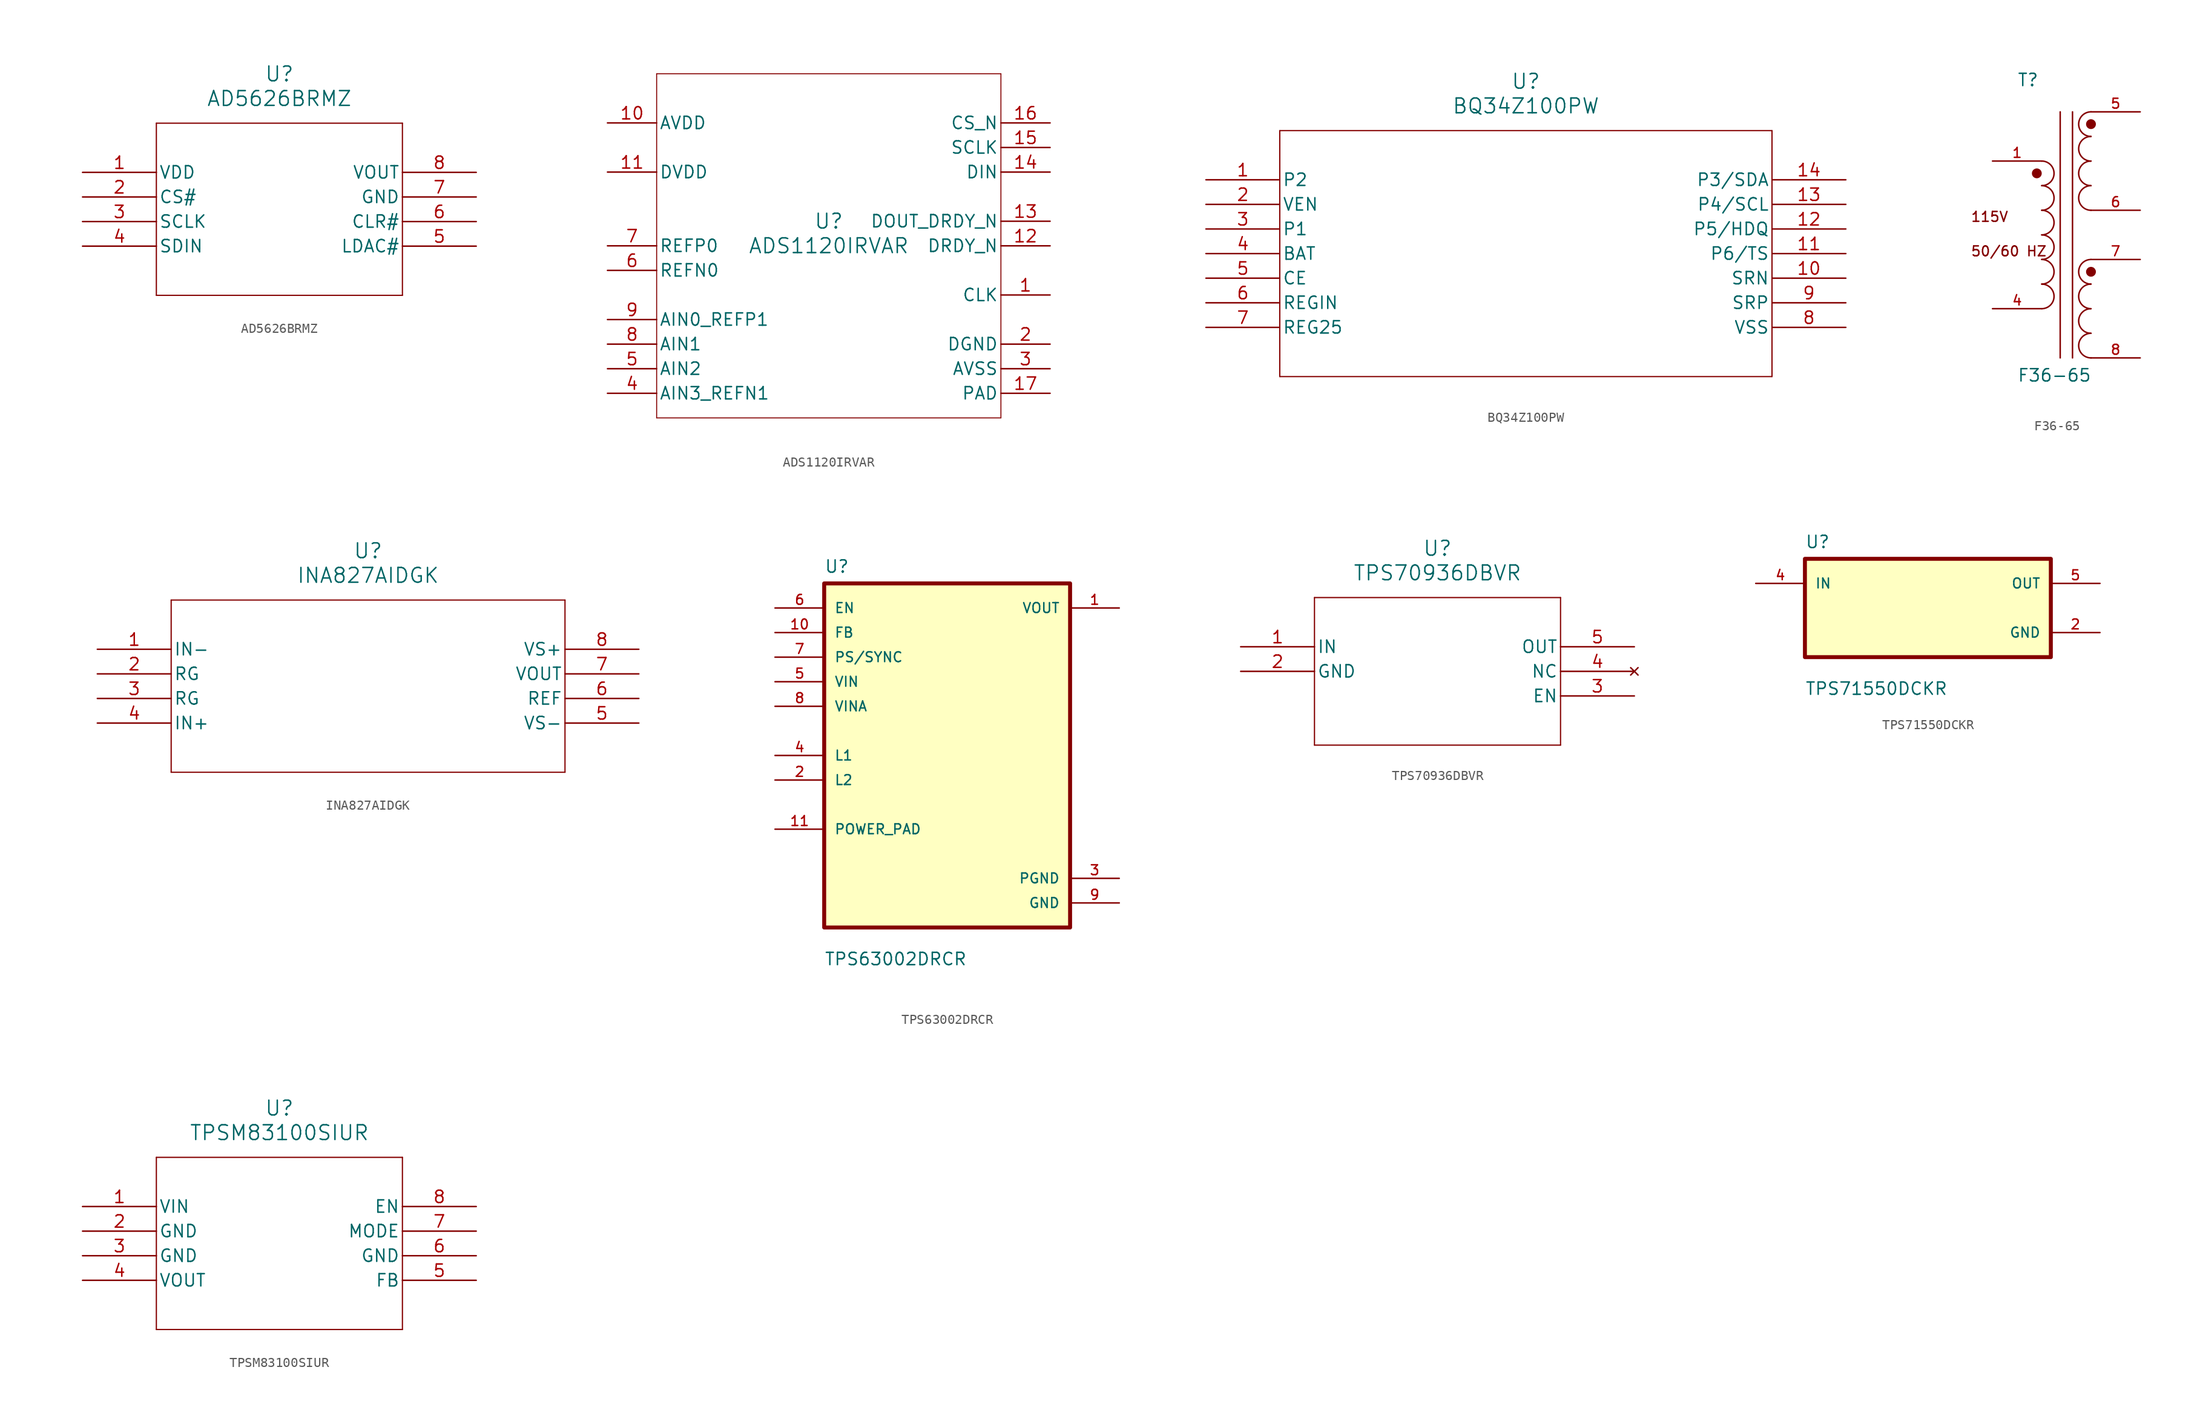
<source format=kicad_sym>
(kicad_symbol_lib
  (version 20231120)
  (generator "kicad_symbol_editor")
  (generator_version "8.0")
  (symbol "AD5626BRMZ"
    (pin_names
      (offset 0.254))
    (property "Reference" "U"
      (at 20.32 10.16 0)
      (effects (font (size 1.524 1.524))))
    (property "Value" "AD5626BRMZ"
      (at 20.32 7.62 0)
      (effects (font (size 1.524 1.524))))
    (property "ki_locked" ""
      (at 0 0 0)
      (effects (font (size 1.27 1.27))))
    (symbol "AD5626BRMZ_0_1"
      (polyline (pts (xy 7.62 -12.7) (xy 33.02 -12.7)) (stroke (width 0.127) (type default)) (fill (type none)))
      (polyline (pts (xy 7.62 5.08) (xy 7.62 -12.7)) (stroke (width 0.127) (type default)) (fill (type none)))
      (polyline (pts (xy 33.02 -12.7) (xy 33.02 5.08)) (stroke (width 0.127) (type default)) (fill (type none)))
      (polyline (pts (xy 33.02 5.08) (xy 7.62 5.08)) (stroke (width 0.127) (type default)) (fill (type none)))
      (pin power_in line (at 0 0 0) (length 7.62) (name "VDD" (effects (font (size 1.27 1.27)))) (number "1" (effects (font (size 1.27 1.27)))))
      (pin unspecified line (at 0 -2.54 0) (length 7.62) (name "CS#" (effects (font (size 1.27 1.27)))) (number "2" (effects (font (size 1.27 1.27)))))
      (pin unspecified line (at 0 -5.08 0) (length 7.62) (name "SCLK" (effects (font (size 1.27 1.27)))) (number "3" (effects (font (size 1.27 1.27)))))
      (pin unspecified line (at 0 -7.62 0) (length 7.62) (name "SDIN" (effects (font (size 1.27 1.27)))) (number "4" (effects (font (size 1.27 1.27)))))
      (pin unspecified line (at 40.64 -7.62 180) (length 7.62) (name "LDAC#" (effects (font (size 1.27 1.27)))) (number "5" (effects (font (size 1.27 1.27)))))
      (pin unspecified line (at 40.64 -5.08 180) (length 7.62) (name "CLR#" (effects (font (size 1.27 1.27)))) (number "6" (effects (font (size 1.27 1.27)))))
      (pin unspecified line (at 40.64 -2.54 180) (length 7.62) (name "GND" (effects (font (size 1.27 1.27)))) (number "7" (effects (font (size 1.27 1.27)))))
      (pin unspecified line (at 40.64 0 180) (length 7.62) (name "VOUT" (effects (font (size 1.27 1.27)))) (number "8" (effects (font (size 1.27 1.27)))))))
  (symbol "ADS1120IRVAR"
    (pin_names
      (offset 0.254))
    (property "Reference" "U"
      (at 0 2.54 0)
      (effects (font (size 1.524 1.524))))
    (property "Value" "ADS1120IRVAR"
      (at 0 0 0)
      (effects (font (size 1.524 1.524))))
    (property "ki_locked" ""
      (at 0 0 0)
      (effects (font (size 1.27 1.27))))
    (symbol "ADS1120IRVAR_0_1"
      (polyline (pts (xy -17.78 -17.78) (xy 17.78 -17.78)) (stroke (width 0.102) (type default)) (fill (type none)))
      (polyline (pts (xy -17.78 17.78) (xy -17.78 -17.78)) (stroke (width 0.102) (type default)) (fill (type none)))
      (polyline (pts (xy 17.78 -17.78) (xy 17.78 17.78)) (stroke (width 0.102) (type default)) (fill (type none)))
      (polyline (pts (xy 17.78 17.78) (xy -17.78 17.78)) (stroke (width 0.102) (type default)) (fill (type none)))
      (pin input line (at 22.86 -5.08 180) (length 5.08) (name "CLK" (effects (font (size 1.27 1.27)))) (number "1" (effects (font (size 1.27 1.27)))))
      (pin power_in line (at -22.86 12.7 0) (length 5.08) (name "AVDD" (effects (font (size 1.27 1.27)))) (number "10" (effects (font (size 1.27 1.27)))))
      (pin power_in line (at -22.86 7.62 0) (length 5.08) (name "DVDD" (effects (font (size 1.27 1.27)))) (number "11" (effects (font (size 1.27 1.27)))))
      (pin output line (at 22.86 0 180) (length 5.08) (name "DRDY_N" (effects (font (size 1.27 1.27)))) (number "12" (effects (font (size 1.27 1.27)))))
      (pin output line (at 22.86 2.54 180) (length 5.08) (name "DOUT_DRDY_N" (effects (font (size 1.27 1.27)))) (number "13" (effects (font (size 1.27 1.27)))))
      (pin input line (at 22.86 7.62 180) (length 5.08) (name "DIN" (effects (font (size 1.27 1.27)))) (number "14" (effects (font (size 1.27 1.27)))))
      (pin input line (at 22.86 10.16 180) (length 5.08) (name "SCLK" (effects (font (size 1.27 1.27)))) (number "15" (effects (font (size 1.27 1.27)))))
      (pin input line (at 22.86 12.7 180) (length 5.08) (name "CS_N" (effects (font (size 1.27 1.27)))) (number "16" (effects (font (size 1.27 1.27)))))
      (pin power_in line (at 22.86 -15.24 180) (length 5.08) (name "PAD" (effects (font (size 1.27 1.27)))) (number "17" (effects (font (size 1.27 1.27)))))
      (pin power_in line (at 22.86 -10.16 180) (length 5.08) (name "DGND" (effects (font (size 1.27 1.27)))) (number "2" (effects (font (size 1.27 1.27)))))
      (pin power_in line (at 22.86 -12.7 180) (length 5.08) (name "AVSS" (effects (font (size 1.27 1.27)))) (number "3" (effects (font (size 1.27 1.27)))))
      (pin input line (at -22.86 -15.24 0) (length 5.08) (name "AIN3_REFN1" (effects (font (size 1.27 1.27)))) (number "4" (effects (font (size 1.27 1.27)))))
      (pin input line (at -22.86 -12.7 0) (length 5.08) (name "AIN2" (effects (font (size 1.27 1.27)))) (number "5" (effects (font (size 1.27 1.27)))))
      (pin input line (at -22.86 -2.54 0) (length 5.08) (name "REFN0" (effects (font (size 1.27 1.27)))) (number "6" (effects (font (size 1.27 1.27)))))
      (pin input line (at -22.86 0 0) (length 5.08) (name "REFP0" (effects (font (size 1.27 1.27)))) (number "7" (effects (font (size 1.27 1.27)))))
      (pin input line (at -22.86 -10.16 0) (length 5.08) (name "AIN1" (effects (font (size 1.27 1.27)))) (number "8" (effects (font (size 1.27 1.27)))))
      (pin input line (at -22.86 -7.62 0) (length 5.08) (name "AIN0_REFP1" (effects (font (size 1.27 1.27)))) (number "9" (effects (font (size 1.27 1.27)))))))
  (symbol "BQ34Z100PW"
    (pin_names
      (offset 0.254))
    (property "Reference" "U"
      (at 33.02 10.16 0)
      (effects (font (size 1.524 1.524))))
    (property "Value" "BQ34Z100PW"
      (at 33.02 7.62 0)
      (effects (font (size 1.524 1.524))))
    (property "ki_locked" ""
      (at 0 0 0)
      (effects (font (size 1.27 1.27))))
    (symbol "BQ34Z100PW_0_1"
      (polyline (pts (xy 7.62 -20.32) (xy 58.42 -20.32)) (stroke (width 0.127) (type default)) (fill (type none)))
      (polyline (pts (xy 7.62 5.08) (xy 7.62 -20.32)) (stroke (width 0.127) (type default)) (fill (type none)))
      (polyline (pts (xy 58.42 -20.32) (xy 58.42 5.08)) (stroke (width 0.127) (type default)) (fill (type none)))
      (polyline (pts (xy 58.42 5.08) (xy 7.62 5.08)) (stroke (width 0.127) (type default)) (fill (type none)))
      (pin output line (at 0 0 0) (length 7.62) (name "P2" (effects (font (size 1.27 1.27)))) (number "1" (effects (font (size 1.27 1.27)))))
      (pin input line (at 66.04 -10.16 180) (length 7.62) (name "SRN" (effects (font (size 1.27 1.27)))) (number "10" (effects (font (size 1.27 1.27)))))
      (pin input line (at 66.04 -7.62 180) (length 7.62) (name "P6/TS" (effects (font (size 1.27 1.27)))) (number "11" (effects (font (size 1.27 1.27)))))
      (pin bidirectional line (at 66.04 -5.08 180) (length 7.62) (name "P5/HDQ" (effects (font (size 1.27 1.27)))) (number "12" (effects (font (size 1.27 1.27)))))
      (pin input line (at 66.04 -2.54 180) (length 7.62) (name "P4/SCL" (effects (font (size 1.27 1.27)))) (number "13" (effects (font (size 1.27 1.27)))))
      (pin bidirectional line (at 66.04 0 180) (length 7.62) (name "P3/SDA" (effects (font (size 1.27 1.27)))) (number "14" (effects (font (size 1.27 1.27)))))
      (pin output line (at 0 -2.54 0) (length 7.62) (name "VEN" (effects (font (size 1.27 1.27)))) (number "2" (effects (font (size 1.27 1.27)))))
      (pin output line (at 0 -5.08 0) (length 7.62) (name "P1" (effects (font (size 1.27 1.27)))) (number "3" (effects (font (size 1.27 1.27)))))
      (pin input line (at 0 -7.62 0) (length 7.62) (name "BAT" (effects (font (size 1.27 1.27)))) (number "4" (effects (font (size 1.27 1.27)))))
      (pin input line (at 0 -10.16 0) (length 7.62) (name "CE" (effects (font (size 1.27 1.27)))) (number "5" (effects (font (size 1.27 1.27)))))
      (pin power_in line (at 0 -12.7 0) (length 7.62) (name "REGIN" (effects (font (size 1.27 1.27)))) (number "6" (effects (font (size 1.27 1.27)))))
      (pin power_in line (at 0 -15.24 0) (length 7.62) (name "REG25" (effects (font (size 1.27 1.27)))) (number "7" (effects (font (size 1.27 1.27)))))
      (pin power_in line (at 66.04 -15.24 180) (length 7.62) (name "VSS" (effects (font (size 1.27 1.27)))) (number "8" (effects (font (size 1.27 1.27)))))
      (pin input line (at 66.04 -12.7 180) (length 7.62) (name "SRP" (effects (font (size 1.27 1.27)))) (number "9" (effects (font (size 1.27 1.27)))))))
  (symbol "F36-65"
    (pin_names
      (offset 1.016))
    (property "Reference" "T"
      (at -5.084 15.248 0)
      (effects (font (size 1.27 1.27)) (justify left bottom)))
    (property "Value" "F36-65"
      (at -5.081 -15.243 0)
      (effects (font (size 1.27 1.27)) (justify left bottom)))
    (symbol "F36-65_0_0"
      (circle (center -3.048 6.35) (radius 0.254) (stroke (width 0.508) (type default)) (fill (type none)))
      (arc (start -2.54 -7.62) (mid -1.2755 -6.35) (end -2.54 -5.08) (stroke (width 0.1524) (type default)) (fill (type none)))
      (arc (start -2.54 -5.08) (mid -1.2755 -3.81) (end -2.54 -2.54) (stroke (width 0.1524) (type default)) (fill (type none)))
      (arc (start -2.54 -2.54) (mid -1.2755 -1.27) (end -2.54 0) (stroke (width 0.1524) (type default)) (fill (type none)))
      (arc (start -2.54 0) (mid -1.2755 1.27) (end -2.54 2.54) (stroke (width 0.1524) (type default)) (fill (type none)))
      (arc (start -2.54 2.54) (mid -1.2755 3.81) (end -2.54 5.08) (stroke (width 0.1524) (type default)) (fill (type none)))
      (arc (start -2.54 5.08) (mid -1.2755 6.35) (end -2.54 7.62) (stroke (width 0.1524) (type default)) (fill (type none)))
      (polyline (pts (xy -0.635 12.7) (xy -0.635 -12.7)) (stroke (width 0.152) (type default)) (fill (type none)))
      (polyline (pts (xy 0.635 12.7) (xy 0.635 -12.7)) (stroke (width 0.152) (type default)) (fill (type none)))
      (arc (start 2.54 -10.16) (mid 1.2755 -11.43) (end 2.54 -12.7) (stroke (width 0.1524) (type default)) (fill (type none)))
      (arc (start 2.54 -7.62) (mid 1.2755 -8.89) (end 2.54 -10.16) (stroke (width 0.1524) (type default)) (fill (type none)))
      (arc (start 2.54 -5.08) (mid 1.2755 -6.35) (end 2.54 -7.62) (stroke (width 0.1524) (type default)) (fill (type none)))
      (circle (center 2.54 -3.81) (radius 0.254) (stroke (width 0.508) (type default)) (fill (type none)))
      (arc (start 2.54 -2.54) (mid 1.2755 -3.81) (end 2.54 -5.08) (stroke (width 0.1524) (type default)) (fill (type none)))
      (arc (start 2.54 5.08) (mid 1.2755 3.81) (end 2.54 2.54) (stroke (width 0.1524) (type default)) (fill (type none)))
      (arc (start 2.54 7.62) (mid 1.2755 6.35) (end 2.54 5.08) (stroke (width 0.1524) (type default)) (fill (type none)))
      (arc (start 2.54 10.16) (mid 1.2755 8.89) (end 2.54 7.62) (stroke (width 0.1524) (type default)) (fill (type none)))
      (circle (center 2.54 11.43) (radius 0.254) (stroke (width 0.508) (type default)) (fill (type none)))
      (arc (start 2.54 12.7) (mid 1.2755 11.43) (end 2.54 10.16) (stroke (width 0.1524) (type default)) (fill (type none)))
      (text "115V" (at -9.906 1.27 0) (effects (font (size 1.016 1.016)) (justify left bottom)))
      (text "50/60 HZ" (at -9.906 -2.286 0) (effects (font (size 1.016 1.016)) (justify left bottom)))
      (pin passive line (at -7.62 7.62 0) (length 5.08) (name "~" (effects (font (size 1.016 1.016)))) (number "1" (effects (font (size 1.016 1.016)))))
      (pin passive line (at -7.62 -7.62 0) (length 5.08) (name "~" (effects (font (size 1.016 1.016)))) (number "4" (effects (font (size 1.016 1.016)))))
      (pin passive line (at 7.62 12.7 180) (length 5.08) (name "~" (effects (font (size 1.016 1.016)))) (number "5" (effects (font (size 1.016 1.016)))))
      (pin passive line (at 7.62 2.54 180) (length 5.08) (name "~" (effects (font (size 1.016 1.016)))) (number "6" (effects (font (size 1.016 1.016)))))
      (pin passive line (at 7.62 -2.54 180) (length 5.08) (name "~" (effects (font (size 1.016 1.016)))) (number "7" (effects (font (size 1.016 1.016)))))
      (pin passive line (at 7.62 -12.7 180) (length 5.08) (name "~" (effects (font (size 1.016 1.016)))) (number "8" (effects (font (size 1.016 1.016)))))))
  (symbol "INA827AIDGK"
    (pin_names
      (offset 0.254))
    (property "Reference" "U"
      (at 27.94 10.16 0)
      (effects (font (size 1.524 1.524))))
    (property "Value" "INA827AIDGK"
      (at 27.94 7.62 0)
      (effects (font (size 1.524 1.524))))
    (property "ki_locked" ""
      (at 0 0 0)
      (effects (font (size 1.27 1.27))))
    (symbol "INA827AIDGK_0_1"
      (polyline (pts (xy 7.62 -12.7) (xy 48.26 -12.7)) (stroke (width 0.127) (type default)) (fill (type none)))
      (polyline (pts (xy 7.62 5.08) (xy 7.62 -12.7)) (stroke (width 0.127) (type default)) (fill (type none)))
      (polyline (pts (xy 48.26 -12.7) (xy 48.26 5.08)) (stroke (width 0.127) (type default)) (fill (type none)))
      (polyline (pts (xy 48.26 5.08) (xy 7.62 5.08)) (stroke (width 0.127) (type default)) (fill (type none)))
      (pin input line (at 0 0 0) (length 7.62) (name "IN-" (effects (font (size 1.27 1.27)))) (number "1" (effects (font (size 1.27 1.27)))))
      (pin unspecified line (at 0 -2.54 0) (length 7.62) (name "RG" (effects (font (size 1.27 1.27)))) (number "2" (effects (font (size 1.27 1.27)))))
      (pin unspecified line (at 0 -5.08 0) (length 7.62) (name "RG" (effects (font (size 1.27 1.27)))) (number "3" (effects (font (size 1.27 1.27)))))
      (pin input line (at 0 -7.62 0) (length 7.62) (name "IN+" (effects (font (size 1.27 1.27)))) (number "4" (effects (font (size 1.27 1.27)))))
      (pin power_in line (at 55.88 -7.62 180) (length 7.62) (name "VS-" (effects (font (size 1.27 1.27)))) (number "5" (effects (font (size 1.27 1.27)))))
      (pin input line (at 55.88 -5.08 180) (length 7.62) (name "REF" (effects (font (size 1.27 1.27)))) (number "6" (effects (font (size 1.27 1.27)))))
      (pin output line (at 55.88 -2.54 180) (length 7.62) (name "VOUT" (effects (font (size 1.27 1.27)))) (number "7" (effects (font (size 1.27 1.27)))))
      (pin power_in line (at 55.88 0 180) (length 7.62) (name "VS+" (effects (font (size 1.27 1.27)))) (number "8" (effects (font (size 1.27 1.27)))))))
  (symbol "TPS63002DRCR"
    (pin_names
      (offset 1.016))
    (property "Reference" "U"
      (at -12.7 18.78 0)
      (effects (font (size 1.27 1.27)) (justify left bottom)))
    (property "Value" "TPS63002DRCR"
      (at -12.7 -21.78 0)
      (effects (font (size 1.27 1.27)) (justify left bottom)))
    (symbol "TPS63002DRCR_0_0"
      (rectangle (start -12.7 -17.78) (end 12.7 17.78) (stroke (width 0.41) (type default)) (fill (type background)))
      (pin output line (at 17.78 15.24 180) (length 5.08) (name "VOUT" (effects (font (size 1.016 1.016)))) (number "1" (effects (font (size 1.016 1.016)))))
      (pin input line (at -17.78 12.7 0) (length 5.08) (name "FB" (effects (font (size 1.016 1.016)))) (number "10" (effects (font (size 1.016 1.016)))))
      (pin bidirectional line (at -17.78 -7.62 0) (length 5.08) (name "POWER_PAD" (effects (font (size 1.016 1.016)))) (number "11" (effects (font (size 1.016 1.016)))))
      (pin bidirectional line (at -17.78 -2.54 0) (length 5.08) (name "L2" (effects (font (size 1.016 1.016)))) (number "2" (effects (font (size 1.016 1.016)))))
      (pin power_in line (at 17.78 -12.7 180) (length 5.08) (name "PGND" (effects (font (size 1.016 1.016)))) (number "3" (effects (font (size 1.016 1.016)))))
      (pin bidirectional line (at -17.78 0 0) (length 5.08) (name "L1" (effects (font (size 1.016 1.016)))) (number "4" (effects (font (size 1.016 1.016)))))
      (pin input line (at -17.78 7.62 0) (length 5.08) (name "VIN" (effects (font (size 1.016 1.016)))) (number "5" (effects (font (size 1.016 1.016)))))
      (pin input line (at -17.78 15.24 0) (length 5.08) (name "EN" (effects (font (size 1.016 1.016)))) (number "6" (effects (font (size 1.016 1.016)))))
      (pin input line (at -17.78 10.16 0) (length 5.08) (name "PS/SYNC" (effects (font (size 1.016 1.016)))) (number "7" (effects (font (size 1.016 1.016)))))
      (pin input line (at -17.78 5.08 0) (length 5.08) (name "VINA" (effects (font (size 1.016 1.016)))) (number "8" (effects (font (size 1.016 1.016)))))
      (pin power_in line (at 17.78 -15.24 180) (length 5.08) (name "GND" (effects (font (size 1.016 1.016)))) (number "9" (effects (font (size 1.016 1.016)))))))
  (symbol "TPS70936DBVR"
    (pin_names
      (offset 0.254))
    (property "Reference" "U"
      (at 20.32 10.16 0)
      (effects (font (size 1.524 1.524))))
    (property "Value" "TPS70936DBVR"
      (at 20.32 7.62 0)
      (effects (font (size 1.524 1.524))))
    (property "ki_locked" ""
      (at 0 0 0)
      (effects (font (size 1.27 1.27))))
    (symbol "TPS70936DBVR_0_1"
      (polyline (pts (xy 7.62 -10.16) (xy 33.02 -10.16)) (stroke (width 0.127) (type default)) (fill (type none)))
      (polyline (pts (xy 7.62 5.08) (xy 7.62 -10.16)) (stroke (width 0.127) (type default)) (fill (type none)))
      (polyline (pts (xy 33.02 -10.16) (xy 33.02 5.08)) (stroke (width 0.127) (type default)) (fill (type none)))
      (polyline (pts (xy 33.02 5.08) (xy 7.62 5.08)) (stroke (width 0.127) (type default)) (fill (type none)))
      (pin input line (at 0 0 0) (length 7.62) (name "IN" (effects (font (size 1.27 1.27)))) (number "1" (effects (font (size 1.27 1.27)))))
      (pin power_in line (at 0 -2.54 0) (length 7.62) (name "GND" (effects (font (size 1.27 1.27)))) (number "2" (effects (font (size 1.27 1.27)))))
      (pin input line (at 40.64 -5.08 180) (length 7.62) (name "EN" (effects (font (size 1.27 1.27)))) (number "3" (effects (font (size 1.27 1.27)))))
      (pin no_connect line (at 40.64 -2.54 180) (length 7.62) (name "NC" (effects (font (size 1.27 1.27)))) (number "4" (effects (font (size 1.27 1.27)))))
      (pin output line (at 40.64 0 180) (length 7.62) (name "OUT" (effects (font (size 1.27 1.27)))) (number "5" (effects (font (size 1.27 1.27)))))))
  (symbol "TPS71550DCKR"
    (pin_names
      (offset 1.016))
    (property "Reference" "U"
      (at -12.7 6.08 0)
      (effects (font (size 1.27 1.27)) (justify left bottom)))
    (property "Value" "TPS71550DCKR"
      (at -12.7 -9.08 0)
      (effects (font (size 1.27 1.27)) (justify left bottom)))
    (symbol "TPS71550DCKR_0_0"
      (rectangle (start -12.7 -5.08) (end 12.7 5.08) (stroke (width 0.41) (type default)) (fill (type background)))
      (pin power_in line (at 17.78 -2.54 180) (length 5.08) (name "GND" (effects (font (size 1.016 1.016)))) (number "2" (effects (font (size 1.016 1.016)))))
      (pin input line (at -17.78 2.54 0) (length 5.08) (name "IN" (effects (font (size 1.016 1.016)))) (number "4" (effects (font (size 1.016 1.016)))))
      (pin output line (at 17.78 2.54 180) (length 5.08) (name "OUT" (effects (font (size 1.016 1.016)))) (number "5" (effects (font (size 1.016 1.016)))))))
  (symbol "TPSM83100SIUR"
    (pin_names
      (offset 0.254))
    (property "Reference" "U"
      (at 20.32 10.16 0)
      (effects (font (size 1.524 1.524))))
    (property "Value" "TPSM83100SIUR"
      (at 20.32 7.62 0)
      (effects (font (size 1.524 1.524))))
    (property "ki_locked" ""
      (at 0 0 0)
      (effects (font (size 1.27 1.27))))
    (symbol "TPSM83100SIUR_0_1"
      (polyline (pts (xy 7.62 -12.7) (xy 33.02 -12.7)) (stroke (width 0.127) (type default)) (fill (type none)))
      (polyline (pts (xy 7.62 5.08) (xy 7.62 -12.7)) (stroke (width 0.127) (type default)) (fill (type none)))
      (polyline (pts (xy 33.02 -12.7) (xy 33.02 5.08)) (stroke (width 0.127) (type default)) (fill (type none)))
      (polyline (pts (xy 33.02 5.08) (xy 7.62 5.08)) (stroke (width 0.127) (type default)) (fill (type none)))
      (pin power_in line (at 0 0 0) (length 7.62) (name "VIN" (effects (font (size 1.27 1.27)))) (number "1" (effects (font (size 1.27 1.27)))))
      (pin power_out line (at 0 -2.54 0) (length 7.62) (name "GND" (effects (font (size 1.27 1.27)))) (number "2" (effects (font (size 1.27 1.27)))))
      (pin power_out line (at 0 -5.08 0) (length 7.62) (name "GND" (effects (font (size 1.27 1.27)))) (number "3" (effects (font (size 1.27 1.27)))))
      (pin power_in line (at 0 -7.62 0) (length 7.62) (name "VOUT" (effects (font (size 1.27 1.27)))) (number "4" (effects (font (size 1.27 1.27)))))
      (pin input line (at 40.64 -7.62 180) (length 7.62) (name "FB" (effects (font (size 1.27 1.27)))) (number "5" (effects (font (size 1.27 1.27)))))
      (pin power_out line (at 40.64 -5.08 180) (length 7.62) (name "GND" (effects (font (size 1.27 1.27)))) (number "6" (effects (font (size 1.27 1.27)))))
      (pin input line (at 40.64 -2.54 180) (length 7.62) (name "MODE" (effects (font (size 1.27 1.27)))) (number "7" (effects (font (size 1.27 1.27)))))
      (pin input line (at 40.64 0 180) (length 7.62) (name "EN" (effects (font (size 1.27 1.27)))) (number "8" (effects (font (size 1.27 1.27))))))))
</source>
